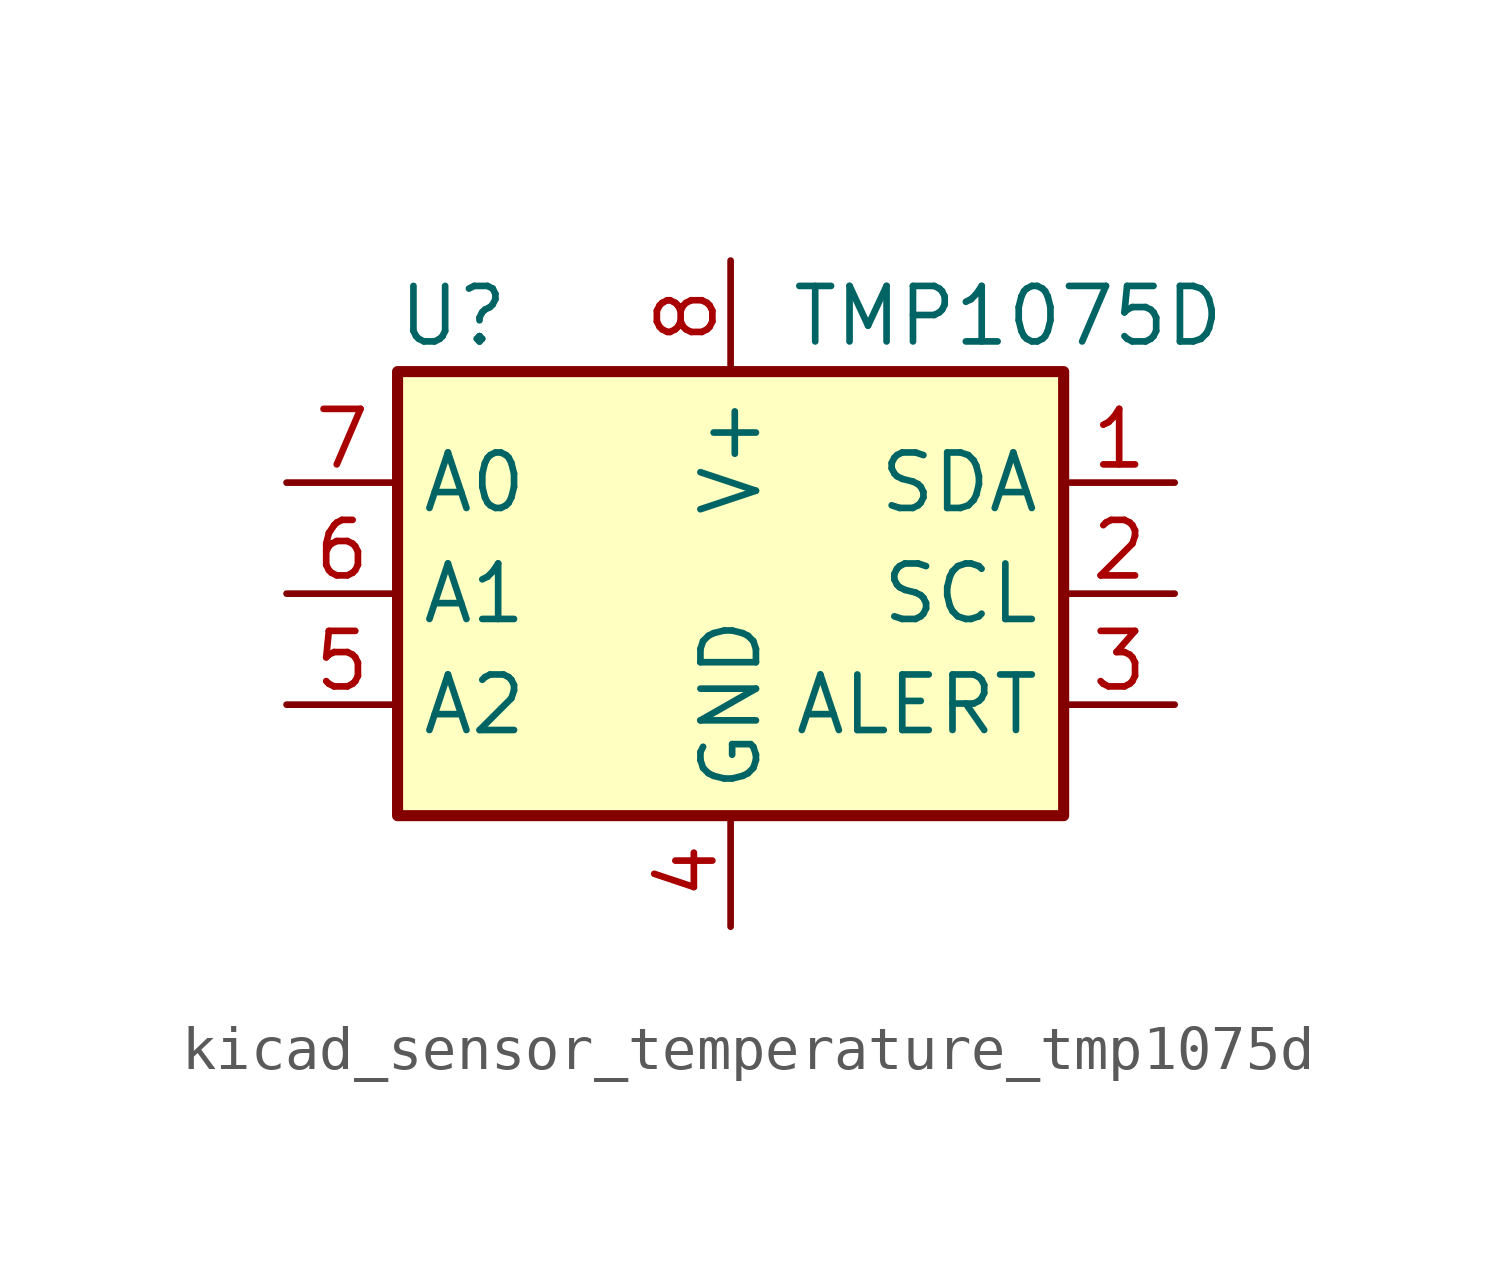
<source format=kicad_sym>
(kicad_symbol_lib
  (version 20220914)
  (generator kicad_symbol_editor)
  (symbol "kicad_sensor_temperature_tmp1075d"
    (property "Reference" "U"
      (at -6.35 6.35 0)
      (effects (font (size 1.27 1.27))))
    (property "Value" "TMP1075D"
      (at 6.35 6.35 0)
      (effects (font (size 1.27 1.27))))
    (symbol "kicad_sensor_temperature_tmp1075d_0_1"
      (rectangle (start -7.62 5.08) (end 7.62 -5.08) (stroke (width 0.254) (type default)) (fill (type background))))
    (symbol "kicad_sensor_temperature_tmp1075d_1_1"
      (pin bidirectional line (at 10.16 2.54 180) (length 2.54) (name "SDA" (effects (font (size 1.27 1.27)))) (number "1" (effects (font (size 1.27 1.27)))))
      (pin input line (at 10.16 0 180) (length 2.54) (name "SCL" (effects (font (size 1.27 1.27)))) (number "2" (effects (font (size 1.27 1.27)))))
      (pin open_collector line (at 10.16 -2.54 180) (length 2.54) (name "ALERT" (effects (font (size 1.27 1.27)))) (number "3" (effects (font (size 1.27 1.27)))))
      (pin power_in line (at 0 -7.62 90) (length 2.54) (name "GND" (effects (font (size 1.27 1.27)))) (number "4" (effects (font (size 1.27 1.27)))))
      (pin input line (at -10.16 -2.54 0) (length 2.54) (name "A2" (effects (font (size 1.27 1.27)))) (number "5" (effects (font (size 1.27 1.27)))))
      (pin input line (at -10.16 0 0) (length 2.54) (name "A1" (effects (font (size 1.27 1.27)))) (number "6" (effects (font (size 1.27 1.27)))))
      (pin input line (at -10.16 2.54 0) (length 2.54) (name "A0" (effects (font (size 1.27 1.27)))) (number "7" (effects (font (size 1.27 1.27)))))
      (pin power_in line (at 0 7.62 270) (length 2.54) (name "V+" (effects (font (size 1.27 1.27)))) (number "8" (effects (font (size 1.27 1.27))))))))
</source>
